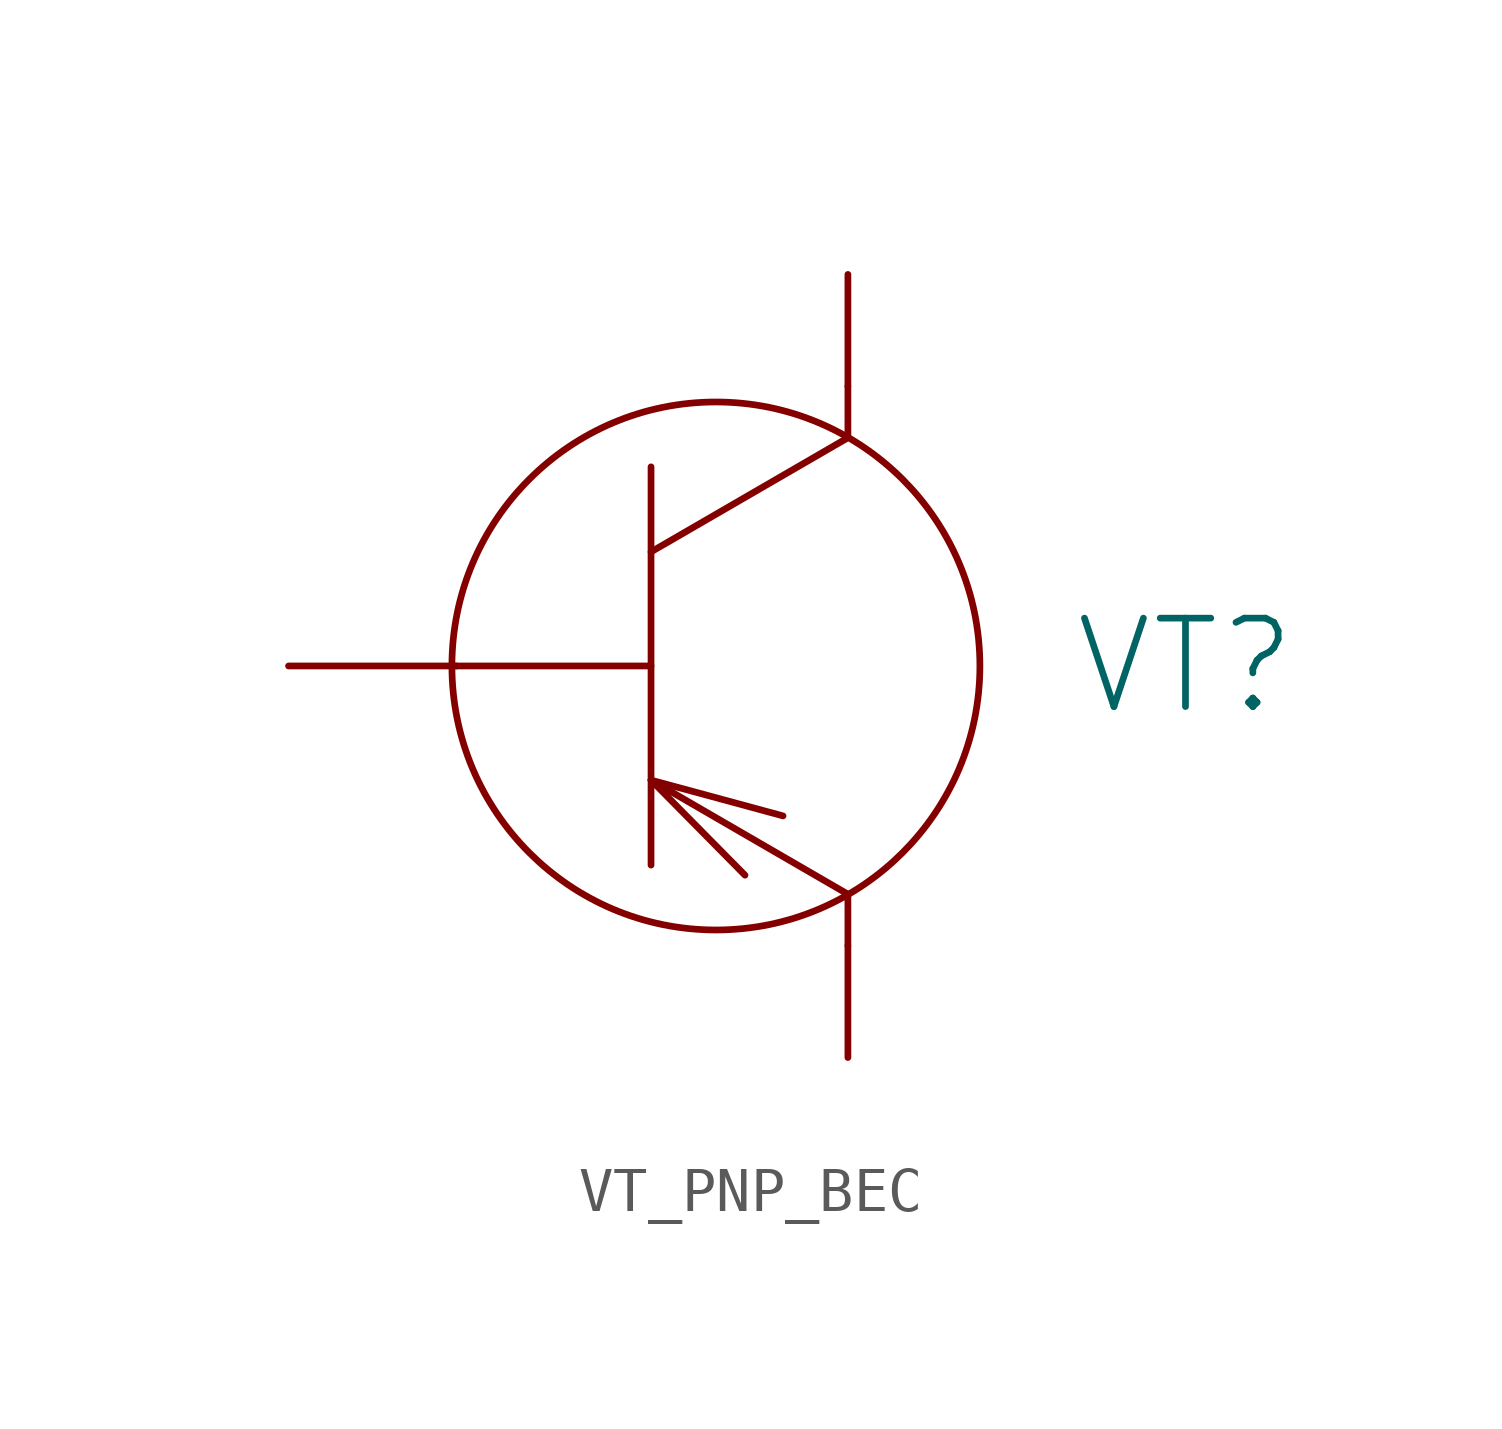
<source format=kicad_sym>
(kicad_symbol_lib
  (version 20231120)
  (generator "kicad_symbol_editor")
  (generator_version "8.0")
  (symbol "VT_PNP_BEC"
    (pin_numbers hide)
    (pin_names
      (offset 0) hide)
    (property "Reference" "VT"
      (at 8.89 0 0)
      (effects (font (size 2.007 2.007)) (justify left)))
    (symbol "VT_PNP_BEC_0_1"
      (polyline (pts (xy -5.08 0) (xy -0.66 0)) (stroke (width 0) (type solid)) (fill (type none)))
      (polyline (pts (xy -0.66 -2.591) (xy 1.473 -4.75)) (stroke (width 0) (type solid)) (fill (type none)))
      (polyline (pts (xy -0.66 -2.591) (xy 2.337 -3.404)) (stroke (width 0) (type solid)) (fill (type none)))
      (polyline (pts (xy -0.66 -2.591) (xy 3.81 -5.182)) (stroke (width 0) (type solid)) (fill (type none)))
      (polyline (pts (xy -0.66 2.591) (xy 3.81 5.182)) (stroke (width 0) (type solid)) (fill (type none)))
      (polyline (pts (xy -0.66 4.521) (xy -0.66 -4.521)) (stroke (width 0) (type solid)) (fill (type none)))
      (polyline (pts (xy 3.81 -6.35) (xy 3.81 -5.182)) (stroke (width 0) (type solid)) (fill (type none)))
      (polyline (pts (xy 3.81 6.35) (xy 3.81 5.182)) (stroke (width 0) (type solid)) (fill (type none)))
      (circle (center 0.813 0) (radius 5.994) (stroke (width 0) (type solid)) (fill (type none))))
    (symbol "VT_PNP_BEC_1_1"
      (pin passive line (at -8.89 0 0) (length 3.81) (name "B" (effects (font (size 2.007 2.007)))) (number "1" (effects (font (size 2.007 2.007)))))
      (pin passive line (at 3.81 -8.89 90) (length 2.54) (name "E" (effects (font (size 2.007 2.007)))) (number "2" (effects (font (size 2.007 2.007)))))
      (pin passive line (at 3.81 8.89 270) (length 2.54) (name "C" (effects (font (size 2.007 2.007)))) (number "3" (effects (font (size 2.007 2.007))))))))
</source>
